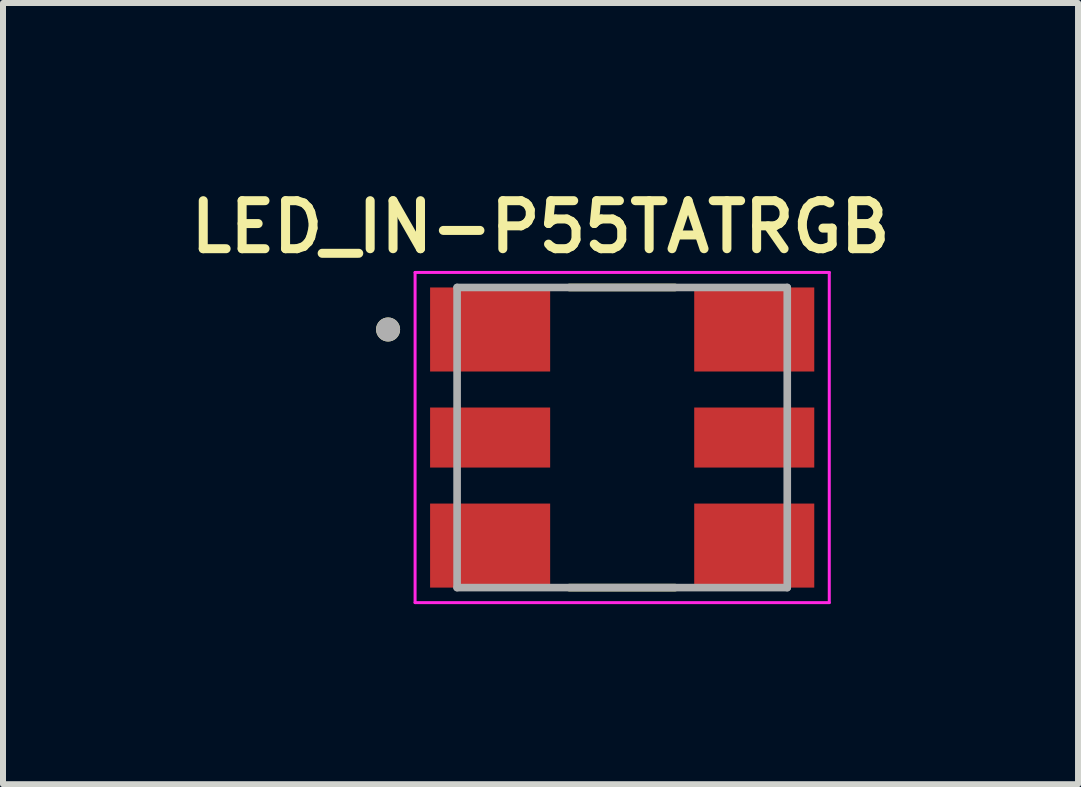
<source format=kicad_pcb>
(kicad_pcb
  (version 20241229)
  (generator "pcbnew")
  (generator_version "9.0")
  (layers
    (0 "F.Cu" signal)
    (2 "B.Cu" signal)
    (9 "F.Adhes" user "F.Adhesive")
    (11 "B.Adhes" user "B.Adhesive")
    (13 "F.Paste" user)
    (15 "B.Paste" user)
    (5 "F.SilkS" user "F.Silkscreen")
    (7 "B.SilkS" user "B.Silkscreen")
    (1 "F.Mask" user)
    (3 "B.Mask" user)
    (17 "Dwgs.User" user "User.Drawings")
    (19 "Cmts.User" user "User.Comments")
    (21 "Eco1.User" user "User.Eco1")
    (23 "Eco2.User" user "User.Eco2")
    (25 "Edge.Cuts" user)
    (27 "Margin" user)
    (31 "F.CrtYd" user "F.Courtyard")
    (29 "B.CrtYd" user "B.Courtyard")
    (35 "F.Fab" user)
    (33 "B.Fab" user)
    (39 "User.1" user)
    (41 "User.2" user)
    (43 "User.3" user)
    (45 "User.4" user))
  (footprint "LED_IN-P55TATRGB"
    (layer "F.Cu")
    (at 7.315 4.239)
    (property "Reference" "LED_IN-P55TATRGB" (at -1.36 -3.508 0) (layer "F.SilkS") (effects (font (size 0.8 0.8) (thickness 0.15))))
    (attr smd)
    (fp_line (start -0.88 -2.5) (end 0.88 -2.5) (stroke (width 0.127) (type solid)) (layer "F.SilkS"))
    (fp_line (start -0.88 2.5) (end 0.88 2.5) (stroke (width 0.127) (type solid)) (layer "F.SilkS"))
    (fp_circle (center -3.9 -1.8) (end -3.8 -1.8) (stroke (width 0.2) (type solid)) (fill no) (layer "F.SilkS"))
    (fp_line (start -3.45 -2.75) (end -3.45 2.75) (stroke (width 0.05) (type solid)) (layer "F.CrtYd"))
    (fp_line (start -3.45 -2.75) (end 3.45 -2.75) (stroke (width 0.05) (type solid)) (layer "F.CrtYd"))
    (fp_line (start -3.45 2.75) (end 3.45 2.75) (stroke (width 0.05) (type solid)) (layer "F.CrtYd"))
    (fp_line (start 3.45 -2.75) (end 3.45 2.75) (stroke (width 0.05) (type solid)) (layer "F.CrtYd"))
    (fp_line (start -2.75 -2.5) (end -2.75 2.5) (stroke (width 0.127) (type solid)) (layer "F.Fab"))
    (fp_line (start -2.75 -2.5) (end 2.75 -2.5) (stroke (width 0.127) (type solid)) (layer "F.Fab"))
    (fp_line (start -2.75 2.5) (end 2.75 2.5) (stroke (width 0.127) (type solid)) (layer "F.Fab"))
    (fp_line (start 2.75 -2.5) (end 2.75 2.5) (stroke (width 0.127) (type solid)) (layer "F.Fab"))
    (fp_circle (center -3.9 -1.8) (end -3.8 -1.8) (stroke (width 0.2) (type solid)) (fill no) (layer "F.Fab"))
    (pad "1" smd rect (at -2.2 -1.8) (size 2 1.4) (layers "F.Cu" "F.Mask" "F.Paste"))
    (pad "2" smd rect (at -2.2 0) (size 2 1) (layers "F.Cu" "F.Mask" "F.Paste"))
    (pad "3" smd rect (at -2.2 1.8) (size 2 1.4) (layers "F.Cu" "F.Mask" "F.Paste"))
    (pad "4" smd rect (at 2.2 1.8) (size 2 1.4) (layers "F.Cu" "F.Mask" "F.Paste"))
    (pad "5" smd rect (at 2.2 0) (size 2 1) (layers "F.Cu" "F.Mask" "F.Paste"))
    (pad "6" smd rect (at 2.2 -1.8) (size 2 1.4) (layers "F.Cu" "F.Mask" "F.Paste")))
  (gr_rect
    (start -3 -3)
    (end 14.909 10.014)
    (stroke (width 0.1) (type default))
    (fill no)
    (layer "Edge.Cuts")))
</source>
